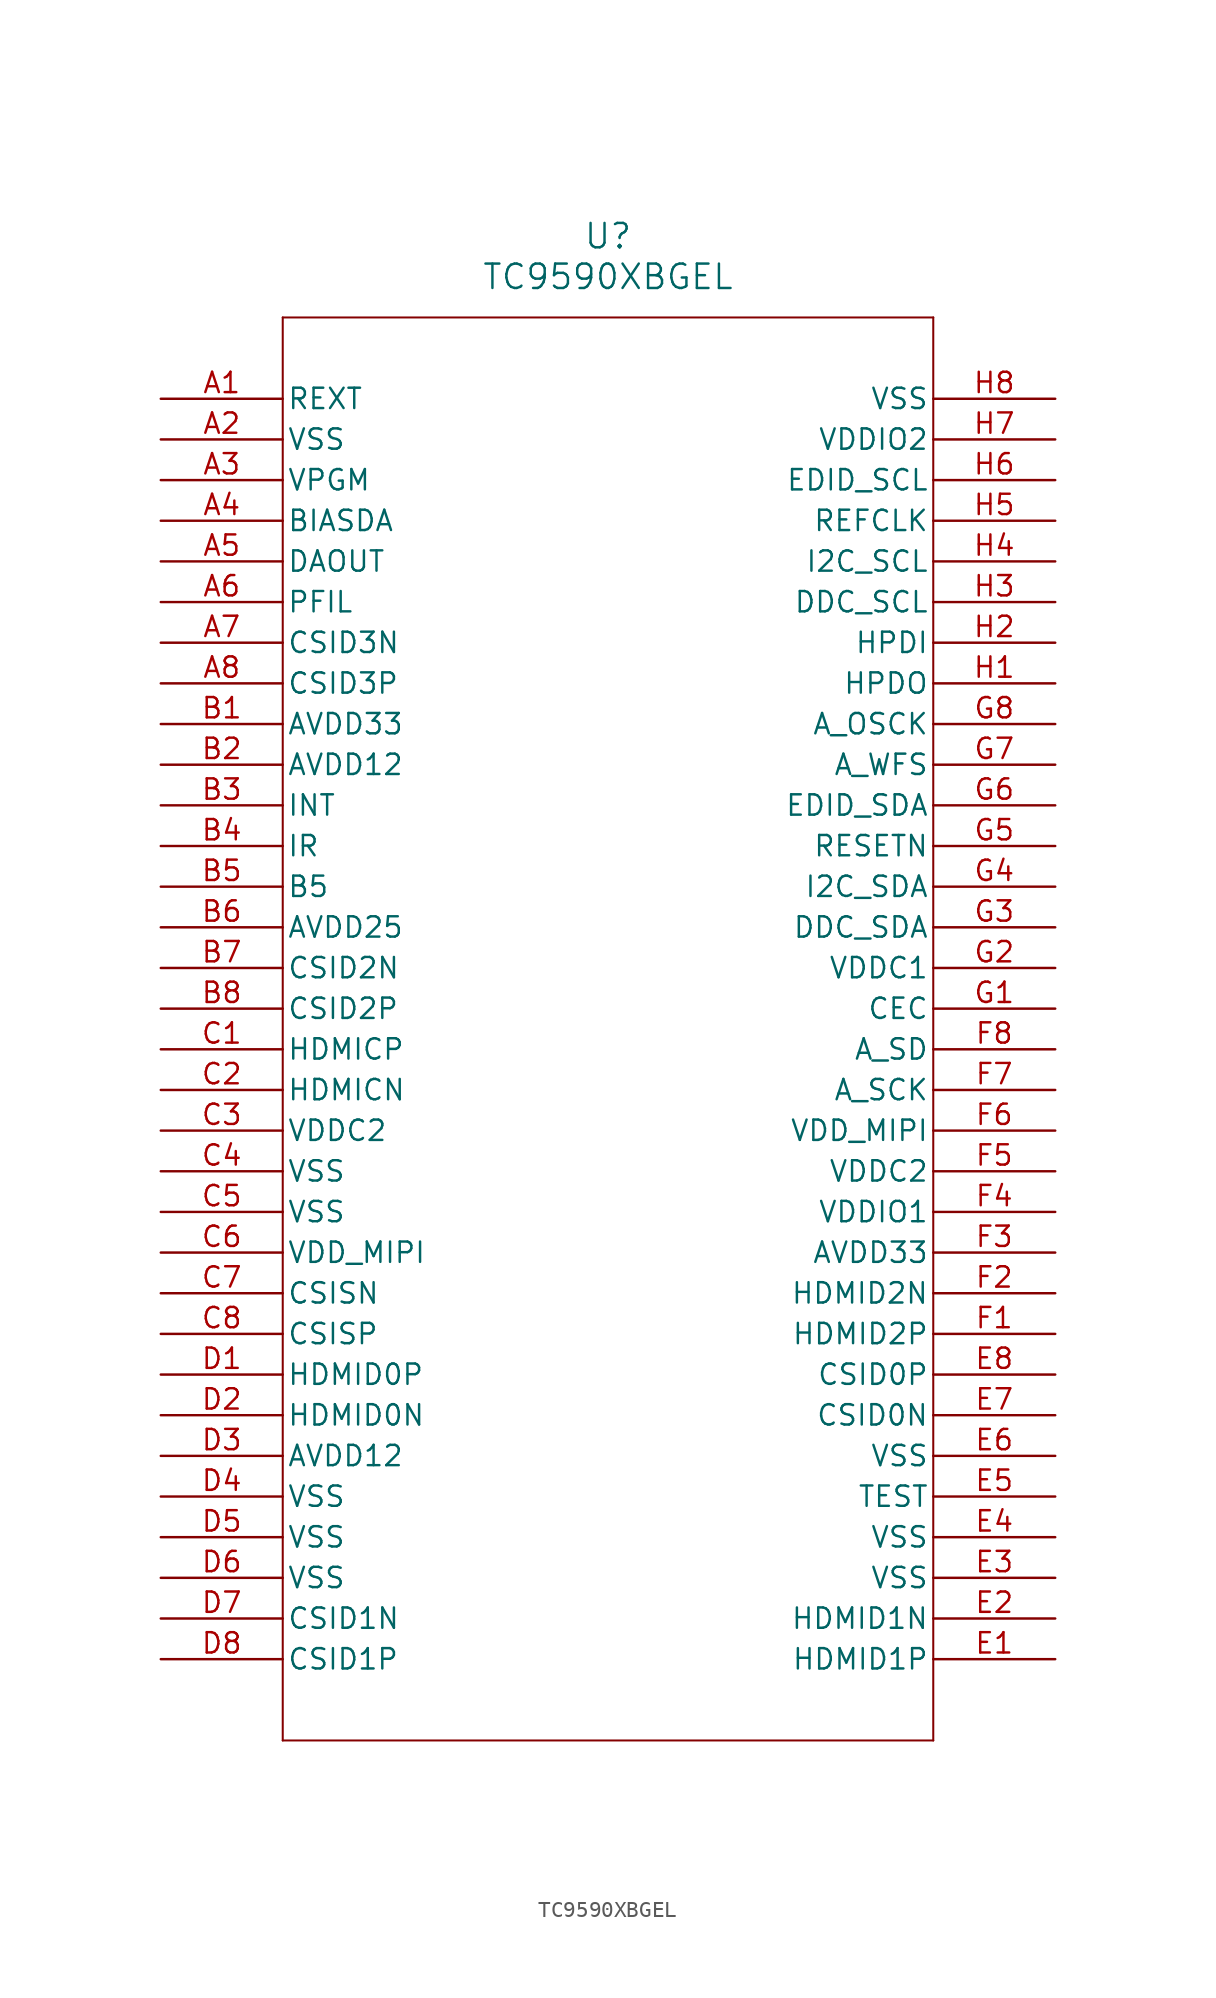
<source format=kicad_sym>
(kicad_symbol_lib
  (version 20211014)
  (generator kicad_symbol_editor)
  (symbol "TC9590XBGEL"
    (pin_names
      (offset 0.254))
    (property "Reference" "U"
      (at 27.94 10.16 0)
      (effects (font (size 1.524 1.524))))
    (property "Value" "TC9590XBGEL"
      (at 27.94 7.62 0)
      (effects (font (size 1.524 1.524))))
    (symbol "TC9590XBGEL_0_1"
      (polyline (pts (xy 7.62 5.08) (xy 7.62 -83.82)) (stroke (width 0.127) (type default) (color 0 0 0 0)) (fill (type none)))
      (polyline (pts (xy 7.62 -83.82) (xy 48.26 -83.82)) (stroke (width 0.127) (type default) (color 0 0 0 0)) (fill (type none)))
      (polyline (pts (xy 48.26 -83.82) (xy 48.26 5.08)) (stroke (width 0.127) (type default) (color 0 0 0 0)) (fill (type none)))
      (polyline (pts (xy 48.26 5.08) (xy 7.62 5.08)) (stroke (width 0.127) (type default) (color 0 0 0 0)) (fill (type none)))
      (pin unspecified line (at 0 0 0) (length 7.62) (name "REXT" (effects (font (size 1.27 1.27)))) (number "A1" (effects (font (size 1.27 1.27)))))
      (pin power_out line (at 0 -2.54 0) (length 7.62) (name "VSS" (effects (font (size 1.27 1.27)))) (number "A2" (effects (font (size 1.27 1.27)))))
      (pin unspecified line (at 0 -5.08 0) (length 7.62) (name "VPGM" (effects (font (size 1.27 1.27)))) (number "A3" (effects (font (size 1.27 1.27)))))
      (pin unspecified line (at 0 -7.62 0) (length 7.62) (name "BIASDA" (effects (font (size 1.27 1.27)))) (number "A4" (effects (font (size 1.27 1.27)))))
      (pin output line (at 0 -10.16 0) (length 7.62) (name "DAOUT" (effects (font (size 1.27 1.27)))) (number "A5" (effects (font (size 1.27 1.27)))))
      (pin unspecified line (at 0 -12.7 0) (length 7.62) (name "PFIL" (effects (font (size 1.27 1.27)))) (number "A6" (effects (font (size 1.27 1.27)))))
      (pin bidirectional line (at 0 -15.24 0) (length 7.62) (name "CSID3N" (effects (font (size 1.27 1.27)))) (number "A7" (effects (font (size 1.27 1.27)))))
      (pin bidirectional line (at 0 -17.78 0) (length 7.62) (name "CSID3P" (effects (font (size 1.27 1.27)))) (number "A8" (effects (font (size 1.27 1.27)))))
      (pin power_in line (at 0 -20.32 0) (length 7.62) (name "AVDD33" (effects (font (size 1.27 1.27)))) (number "B1" (effects (font (size 1.27 1.27)))))
      (pin power_in line (at 0 -22.86 0) (length 7.62) (name "AVDD12" (effects (font (size 1.27 1.27)))) (number "B2" (effects (font (size 1.27 1.27)))))
      (pin input line (at 0 -25.4 0) (length 7.62) (name "INT" (effects (font (size 1.27 1.27)))) (number "B3" (effects (font (size 1.27 1.27)))))
      (pin unspecified line (at 0 -27.94 0) (length 7.62) (name "IR" (effects (font (size 1.27 1.27)))) (number "B4" (effects (font (size 1.27 1.27)))))
      (pin unspecified line (at 0 -30.48 0) (length 7.62) (name "B5" (effects (font (size 1.27 1.27)))) (number "B5" (effects (font (size 1.27 1.27)))))
      (pin power_in line (at 0 -33.02 0) (length 7.62) (name "AVDD25" (effects (font (size 1.27 1.27)))) (number "B6" (effects (font (size 1.27 1.27)))))
      (pin bidirectional line (at 0 -35.56 0) (length 7.62) (name "CSID2N" (effects (font (size 1.27 1.27)))) (number "B7" (effects (font (size 1.27 1.27)))))
      (pin bidirectional line (at 0 -38.1 0) (length 7.62) (name "CSID2P" (effects (font (size 1.27 1.27)))) (number "B8" (effects (font (size 1.27 1.27)))))
      (pin unspecified line (at 0 -40.64 0) (length 7.62) (name "HDMICP" (effects (font (size 1.27 1.27)))) (number "C1" (effects (font (size 1.27 1.27)))))
      (pin unspecified line (at 0 -43.18 0) (length 7.62) (name "HDMICN" (effects (font (size 1.27 1.27)))) (number "C2" (effects (font (size 1.27 1.27)))))
      (pin power_in line (at 0 -45.72 0) (length 7.62) (name "VDDC2" (effects (font (size 1.27 1.27)))) (number "C3" (effects (font (size 1.27 1.27)))))
      (pin power_out line (at 0 -48.26 0) (length 7.62) (name "VSS" (effects (font (size 1.27 1.27)))) (number "C4" (effects (font (size 1.27 1.27)))))
      (pin power_out line (at 0 -50.8 0) (length 7.62) (name "VSS" (effects (font (size 1.27 1.27)))) (number "C5" (effects (font (size 1.27 1.27)))))
      (pin power_in line (at 0 -53.34 0) (length 7.62) (name "VDD_MIPI" (effects (font (size 1.27 1.27)))) (number "C6" (effects (font (size 1.27 1.27)))))
      (pin unspecified line (at 0 -55.88 0) (length 7.62) (name "CSISN" (effects (font (size 1.27 1.27)))) (number "C7" (effects (font (size 1.27 1.27)))))
      (pin unspecified line (at 0 -58.42 0) (length 7.62) (name "CSISP" (effects (font (size 1.27 1.27)))) (number "C8" (effects (font (size 1.27 1.27)))))
      (pin bidirectional line (at 0 -60.96 0) (length 7.62) (name "HDMID0P" (effects (font (size 1.27 1.27)))) (number "D1" (effects (font (size 1.27 1.27)))))
      (pin bidirectional line (at 0 -63.5 0) (length 7.62) (name "HDMID0N" (effects (font (size 1.27 1.27)))) (number "D2" (effects (font (size 1.27 1.27)))))
      (pin power_in line (at 0 -66.04 0) (length 7.62) (name "AVDD12" (effects (font (size 1.27 1.27)))) (number "D3" (effects (font (size 1.27 1.27)))))
      (pin power_out line (at 0 -68.58 0) (length 7.62) (name "VSS" (effects (font (size 1.27 1.27)))) (number "D4" (effects (font (size 1.27 1.27)))))
      (pin power_out line (at 0 -71.12 0) (length 7.62) (name "VSS" (effects (font (size 1.27 1.27)))) (number "D5" (effects (font (size 1.27 1.27)))))
      (pin power_out line (at 0 -73.66 0) (length 7.62) (name "VSS" (effects (font (size 1.27 1.27)))) (number "D6" (effects (font (size 1.27 1.27)))))
      (pin bidirectional line (at 0 -76.2 0) (length 7.62) (name "CSID1N" (effects (font (size 1.27 1.27)))) (number "D7" (effects (font (size 1.27 1.27)))))
      (pin bidirectional line (at 0 -78.74 0) (length 7.62) (name "CSID1P" (effects (font (size 1.27 1.27)))) (number "D8" (effects (font (size 1.27 1.27)))))
      (pin bidirectional line (at 55.88 -78.74 180) (length 7.62) (name "HDMID1P" (effects (font (size 1.27 1.27)))) (number "E1" (effects (font (size 1.27 1.27)))))
      (pin bidirectional line (at 55.88 -76.2 180) (length 7.62) (name "HDMID1N" (effects (font (size 1.27 1.27)))) (number "E2" (effects (font (size 1.27 1.27)))))
      (pin power_out line (at 55.88 -73.66 180) (length 7.62) (name "VSS" (effects (font (size 1.27 1.27)))) (number "E3" (effects (font (size 1.27 1.27)))))
      (pin power_out line (at 55.88 -71.12 180) (length 7.62) (name "VSS" (effects (font (size 1.27 1.27)))) (number "E4" (effects (font (size 1.27 1.27)))))
      (pin unspecified line (at 55.88 -68.58 180) (length 7.62) (name "TEST" (effects (font (size 1.27 1.27)))) (number "E5" (effects (font (size 1.27 1.27)))))
      (pin power_out line (at 55.88 -66.04 180) (length 7.62) (name "VSS" (effects (font (size 1.27 1.27)))) (number "E6" (effects (font (size 1.27 1.27)))))
      (pin bidirectional line (at 55.88 -63.5 180) (length 7.62) (name "CSID0N" (effects (font (size 1.27 1.27)))) (number "E7" (effects (font (size 1.27 1.27)))))
      (pin bidirectional line (at 55.88 -60.96 180) (length 7.62) (name "CSID0P" (effects (font (size 1.27 1.27)))) (number "E8" (effects (font (size 1.27 1.27)))))
      (pin bidirectional line (at 55.88 -58.42 180) (length 7.62) (name "HDMID2P" (effects (font (size 1.27 1.27)))) (number "F1" (effects (font (size 1.27 1.27)))))
      (pin bidirectional line (at 55.88 -55.88 180) (length 7.62) (name "HDMID2N" (effects (font (size 1.27 1.27)))) (number "F2" (effects (font (size 1.27 1.27)))))
      (pin power_in line (at 55.88 -53.34 180) (length 7.62) (name "AVDD33" (effects (font (size 1.27 1.27)))) (number "F3" (effects (font (size 1.27 1.27)))))
      (pin power_in line (at 55.88 -50.8 180) (length 7.62) (name "VDDIO1" (effects (font (size 1.27 1.27)))) (number "F4" (effects (font (size 1.27 1.27)))))
      (pin power_in line (at 55.88 -48.26 180) (length 7.62) (name "VDDC2" (effects (font (size 1.27 1.27)))) (number "F5" (effects (font (size 1.27 1.27)))))
      (pin power_in line (at 55.88 -45.72 180) (length 7.62) (name "VDD_MIPI" (effects (font (size 1.27 1.27)))) (number "F6" (effects (font (size 1.27 1.27)))))
      (pin unspecified line (at 55.88 -43.18 180) (length 7.62) (name "A_SCK" (effects (font (size 1.27 1.27)))) (number "F7" (effects (font (size 1.27 1.27)))))
      (pin unspecified line (at 55.88 -40.64 180) (length 7.62) (name "A_SD" (effects (font (size 1.27 1.27)))) (number "F8" (effects (font (size 1.27 1.27)))))
      (pin unspecified line (at 55.88 -38.1 180) (length 7.62) (name "CEC" (effects (font (size 1.27 1.27)))) (number "G1" (effects (font (size 1.27 1.27)))))
      (pin power_in line (at 55.88 -35.56 180) (length 7.62) (name "VDDC1" (effects (font (size 1.27 1.27)))) (number "G2" (effects (font (size 1.27 1.27)))))
      (pin unspecified line (at 55.88 -33.02 180) (length 7.62) (name "DDC_SDA" (effects (font (size 1.27 1.27)))) (number "G3" (effects (font (size 1.27 1.27)))))
      (pin bidirectional line (at 55.88 -30.48 180) (length 7.62) (name "I2C_SDA" (effects (font (size 1.27 1.27)))) (number "G4" (effects (font (size 1.27 1.27)))))
      (pin unspecified line (at 55.88 -27.94 180) (length 7.62) (name "RESETN" (effects (font (size 1.27 1.27)))) (number "G5" (effects (font (size 1.27 1.27)))))
      (pin unspecified line (at 55.88 -25.4 180) (length 7.62) (name "EDID_SDA" (effects (font (size 1.27 1.27)))) (number "G6" (effects (font (size 1.27 1.27)))))
      (pin unspecified line (at 55.88 -22.86 180) (length 7.62) (name "A_WFS" (effects (font (size 1.27 1.27)))) (number "G7" (effects (font (size 1.27 1.27)))))
      (pin unspecified line (at 55.88 -20.32 180) (length 7.62) (name "A_OSCK" (effects (font (size 1.27 1.27)))) (number "G8" (effects (font (size 1.27 1.27)))))
      (pin unspecified line (at 55.88 -17.78 180) (length 7.62) (name "HPDO" (effects (font (size 1.27 1.27)))) (number "H1" (effects (font (size 1.27 1.27)))))
      (pin unspecified line (at 55.88 -15.24 180) (length 7.62) (name "HPDI" (effects (font (size 1.27 1.27)))) (number "H2" (effects (font (size 1.27 1.27)))))
      (pin unspecified line (at 55.88 -12.7 180) (length 7.62) (name "DDC_SCL" (effects (font (size 1.27 1.27)))) (number "H3" (effects (font (size 1.27 1.27)))))
      (pin bidirectional line (at 55.88 -10.16 180) (length 7.62) (name "I2C_SCL" (effects (font (size 1.27 1.27)))) (number "H4" (effects (font (size 1.27 1.27)))))
      (pin unspecified line (at 55.88 -7.62 180) (length 7.62) (name "REFCLK" (effects (font (size 1.27 1.27)))) (number "H5" (effects (font (size 1.27 1.27)))))
      (pin unspecified line (at 55.88 -5.08 180) (length 7.62) (name "EDID_SCL" (effects (font (size 1.27 1.27)))) (number "H6" (effects (font (size 1.27 1.27)))))
      (pin power_in line (at 55.88 -2.54 180) (length 7.62) (name "VDDIO2" (effects (font (size 1.27 1.27)))) (number "H7" (effects (font (size 1.27 1.27)))))
      (pin power_out line (at 55.88 0 180) (length 7.62) (name "VSS" (effects (font (size 1.27 1.27)))) (number "H8" (effects (font (size 1.27 1.27))))))))
</source>
